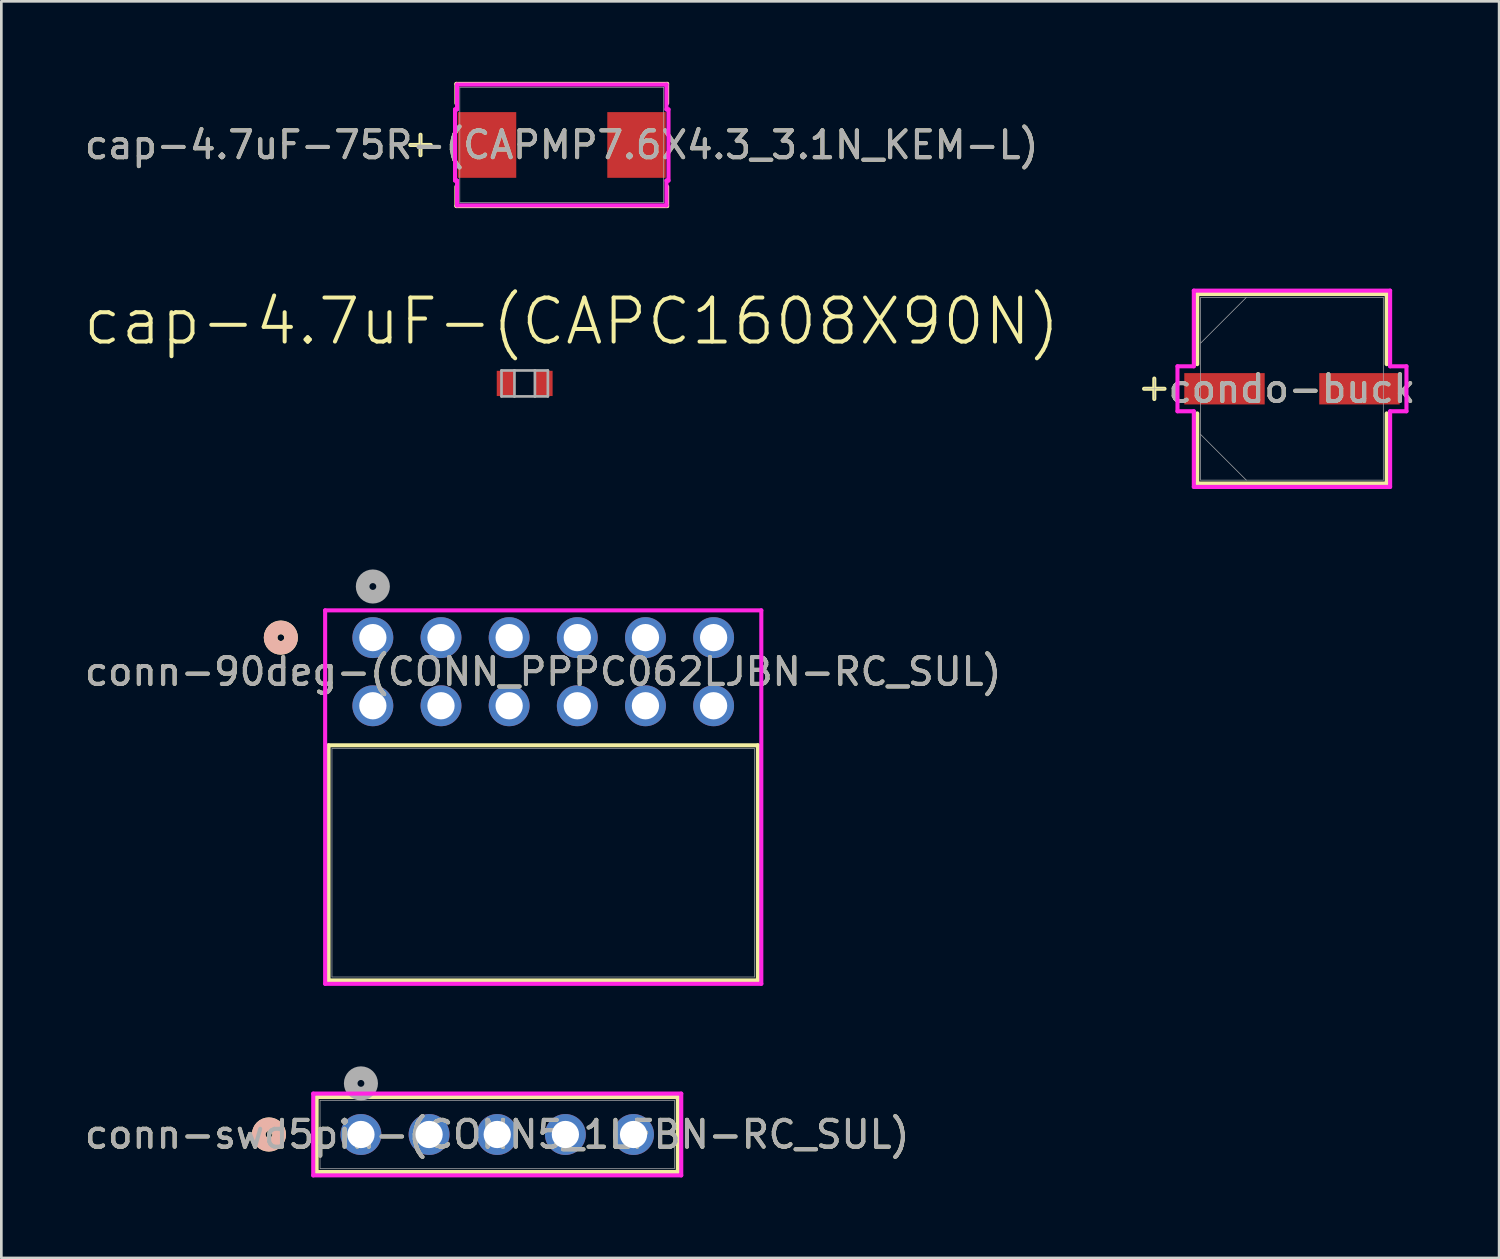
<source format=kicad_pcb>
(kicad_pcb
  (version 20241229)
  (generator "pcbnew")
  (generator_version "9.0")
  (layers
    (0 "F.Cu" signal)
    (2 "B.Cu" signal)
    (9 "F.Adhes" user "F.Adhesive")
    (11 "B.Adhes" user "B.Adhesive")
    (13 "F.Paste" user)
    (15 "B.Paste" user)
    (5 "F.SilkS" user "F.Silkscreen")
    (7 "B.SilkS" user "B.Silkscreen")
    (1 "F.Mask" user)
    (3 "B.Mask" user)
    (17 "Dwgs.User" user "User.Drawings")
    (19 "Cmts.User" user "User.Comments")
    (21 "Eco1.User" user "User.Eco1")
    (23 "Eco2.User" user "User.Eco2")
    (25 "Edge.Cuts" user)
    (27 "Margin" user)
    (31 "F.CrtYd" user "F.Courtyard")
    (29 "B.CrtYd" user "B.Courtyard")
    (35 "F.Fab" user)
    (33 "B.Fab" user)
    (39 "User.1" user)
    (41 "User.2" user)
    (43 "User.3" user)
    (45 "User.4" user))
  (footprint "cap-4.7uF-75R-(CAPMP7.6X4.3_3.1N_KEM-L)"
    (layer "F.Cu")
    (at 17.887 2.353)
    (property "Reference" "cap-4.7uF-75R-(CAPMP7.6X4.3_3.1N_KEM-L)" (at 0 0 0) (unlocked yes) (layer "F.SilkS") (effects (font (size 1 1) (thickness 0.15))))
    (attr smd)
    (fp_line (start -5.265 -0.381) (end -5.265 0.381) (stroke (width 0.152) (type solid)) (layer "F.SilkS"))
    (fp_line (start -4.884 0) (end -5.646 0) (stroke (width 0.152) (type solid)) (layer "F.SilkS"))
    (fp_line (start -3.927 -2.277) (end -3.927 -1.553) (stroke (width 0.152) (type solid)) (layer "F.SilkS"))
    (fp_line (start -3.927 1.553) (end -3.927 2.277) (stroke (width 0.152) (type solid)) (layer "F.SilkS"))
    (fp_line (start -3.927 2.277) (end 3.927 2.277) (stroke (width 0.152) (type solid)) (layer "F.SilkS"))
    (fp_line (start 3.927 -2.277) (end -3.927 -2.277) (stroke (width 0.152) (type solid)) (layer "F.SilkS"))
    (fp_line (start 3.927 -1.553) (end 3.927 -2.277) (stroke (width 0.152) (type solid)) (layer "F.SilkS"))
    (fp_line (start 3.927 2.277) (end 3.927 1.553) (stroke (width 0.152) (type solid)) (layer "F.SilkS"))
    (fp_line (start -3.978 -1.326) (end -3.902 -1.326) (stroke (width 0.152) (type solid)) (layer "F.CrtYd"))
    (fp_line (start -3.978 1.326) (end -3.978 -1.326) (stroke (width 0.152) (type solid)) (layer "F.CrtYd"))
    (fp_line (start -3.902 -2.252) (end 3.902 -2.252) (stroke (width 0.152) (type solid)) (layer "F.CrtYd"))
    (fp_line (start -3.902 -1.326) (end -3.902 -2.252) (stroke (width 0.152) (type solid)) (layer "F.CrtYd"))
    (fp_line (start -3.902 1.326) (end -3.978 1.326) (stroke (width 0.152) (type solid)) (layer "F.CrtYd"))
    (fp_line (start -3.902 2.252) (end -3.902 1.326) (stroke (width 0.152) (type solid)) (layer "F.CrtYd"))
    (fp_line (start 3.902 -2.252) (end 3.902 -1.326) (stroke (width 0.152) (type solid)) (layer "F.CrtYd"))
    (fp_line (start 3.902 -1.326) (end 3.978 -1.326) (stroke (width 0.152) (type solid)) (layer "F.CrtYd"))
    (fp_line (start 3.902 1.326) (end 3.902 2.252) (stroke (width 0.152) (type solid)) (layer "F.CrtYd"))
    (fp_line (start 3.902 2.252) (end -3.902 2.252) (stroke (width 0.152) (type solid)) (layer "F.CrtYd"))
    (fp_line (start 3.978 -1.326) (end 3.978 1.326) (stroke (width 0.152) (type solid)) (layer "F.CrtYd"))
    (fp_line (start 3.978 1.326) (end 3.902 1.326) (stroke (width 0.152) (type solid)) (layer "F.CrtYd"))
    (fp_line (start -5.265 -0.381) (end -5.265 0.381) (stroke (width 0.025) (type solid)) (layer "F.Fab"))
    (fp_line (start -4.884 0) (end -5.646 0) (stroke (width 0.025) (type solid)) (layer "F.Fab"))
    (fp_line (start -3.8 -2.15) (end -3.8 2.15) (stroke (width 0.025) (type solid)) (layer "F.Fab"))
    (fp_line (start -3.8 2.15) (end 3.8 2.15) (stroke (width 0.025) (type solid)) (layer "F.Fab"))
    (fp_line (start 3.8 -2.15) (end -3.8 -2.15) (stroke (width 0.025) (type solid)) (layer "F.Fab"))
    (fp_line (start 3.8 2.15) (end 3.8 -2.15) (stroke (width 0.025) (type solid)) (layer "F.Fab"))
    (fp_text user "${REFERENCE}" (at 0 0 0) (unlocked yes) (layer "F.Fab") (effects (font (size 1 1) (thickness 0.15))))
    (pad "1" smd rect (at -2.786 0 90) (size 2.449 2.179) (layers "F.Cu" "F.Mask" "F.Paste"))
    (pad "2" smd rect (at 2.786 0 90) (size 2.449 2.179) (layers "F.Cu" "F.Mask" "F.Paste"))
    (zone (net_name "") (layer "F.Cu") (hatch full 0.508) (connect_pads) (min_thickness 0.254) (filled_areas_thickness no) (keepout (tracks not_allowed) (vias not_allowed) (pads allowed) (copperpour not_allowed) (footprints allowed)) (placement (enabled no)) (fill) (polygon (pts (xy 14.138 0.254) (xy 21.636 0.254) (xy 21.636 1.052) (xy 14.138 1.052))))
    (zone (net_name "") (layer "F.Cu") (hatch full 0.508) (connect_pads) (min_thickness 0.254) (filled_areas_thickness no) (keepout (tracks not_allowed) (vias not_allowed) (pads allowed) (copperpour not_allowed) (footprints allowed)) (placement (enabled no)) (fill) (polygon (pts (xy 14.138 3.654) (xy 21.636 3.654) (xy 21.636 4.452) (xy 14.138 4.452))))
    (zone (net_name "") (layer "F.Cu") (hatch full 0.508) (connect_pads) (min_thickness 0.254) (filled_areas_thickness no) (keepout (tracks not_allowed) (vias not_allowed) (pads allowed) (copperpour not_allowed) (footprints allowed)) (placement (enabled no)) (fill) (polygon (pts (xy 15.941 1.052) (xy 19.833 1.052) (xy 19.833 3.654) (xy 15.941 3.654)))))
  (footprint "condo-buck"
    (layer "F.Cu")
    (at 45.102 11.44)
    (property "Reference" "condo-buck" (at 0 0 0) (unlocked yes) (layer "F.SilkS") (effects (font (size 1 1) (thickness 0.15))))
    (attr smd)
    (fp_line (start -5.131 -0.381) (end -5.131 0.381) (stroke (width 0.152) (type solid)) (layer "F.SilkS"))
    (fp_line (start -4.75 0) (end -5.512 0) (stroke (width 0.152) (type solid)) (layer "F.SilkS"))
    (fp_line (start -3.531 -3.531) (end -3.531 -0.917) (stroke (width 0.152) (type solid)) (layer "F.SilkS"))
    (fp_line (start -3.531 0.917) (end -3.531 3.531) (stroke (width 0.152) (type solid)) (layer "F.SilkS"))
    (fp_line (start -3.531 3.531) (end 3.531 3.531) (stroke (width 0.152) (type solid)) (layer "F.SilkS"))
    (fp_line (start 3.531 -3.531) (end -3.531 -3.531) (stroke (width 0.152) (type solid)) (layer "F.SilkS"))
    (fp_line (start 3.531 -0.917) (end 3.531 -3.531) (stroke (width 0.152) (type solid)) (layer "F.SilkS"))
    (fp_line (start 3.531 3.531) (end 3.531 0.917) (stroke (width 0.152) (type solid)) (layer "F.SilkS"))
    (fp_line (start -4.267 -0.838) (end -3.658 -0.838) (stroke (width 0.152) (type solid)) (layer "F.CrtYd"))
    (fp_line (start -4.267 0.838) (end -4.267 -0.838) (stroke (width 0.152) (type solid)) (layer "F.CrtYd"))
    (fp_line (start -3.658 -3.658) (end 3.658 -3.658) (stroke (width 0.152) (type solid)) (layer "F.CrtYd"))
    (fp_line (start -3.658 -0.838) (end -3.658 -3.658) (stroke (width 0.152) (type solid)) (layer "F.CrtYd"))
    (fp_line (start -3.658 0.838) (end -4.267 0.838) (stroke (width 0.152) (type solid)) (layer "F.CrtYd"))
    (fp_line (start -3.658 3.658) (end -3.658 0.838) (stroke (width 0.152) (type solid)) (layer "F.CrtYd"))
    (fp_line (start 3.658 -3.658) (end 3.658 -0.838) (stroke (width 0.152) (type solid)) (layer "F.CrtYd"))
    (fp_line (start 3.658 -0.838) (end 4.267 -0.838) (stroke (width 0.152) (type solid)) (layer "F.CrtYd"))
    (fp_line (start 3.658 0.838) (end 3.658 3.658) (stroke (width 0.152) (type solid)) (layer "F.CrtYd"))
    (fp_line (start 3.658 3.658) (end -3.658 3.658) (stroke (width 0.152) (type solid)) (layer "F.CrtYd"))
    (fp_line (start 4.267 -0.838) (end 4.267 0.838) (stroke (width 0.152) (type solid)) (layer "F.CrtYd"))
    (fp_line (start 4.267 0.838) (end 3.658 0.838) (stroke (width 0.152) (type solid)) (layer "F.CrtYd"))
    (fp_line (start -5.131 -0.381) (end -5.131 0.381) (stroke (width 0.025) (type solid)) (layer "F.Fab"))
    (fp_line (start -4.75 0) (end -5.512 0) (stroke (width 0.025) (type solid)) (layer "F.Fab"))
    (fp_line (start -3.404 -3.404) (end -3.404 3.404) (stroke (width 0.025) (type solid)) (layer "F.Fab"))
    (fp_line (start -3.404 -1.702) (end -1.702 -3.404) (stroke (width 0.025) (type solid)) (layer "F.Fab"))
    (fp_line (start -3.404 1.702) (end -1.702 3.404) (stroke (width 0.025) (type solid)) (layer "F.Fab"))
    (fp_line (start -3.404 3.404) (end 3.404 3.404) (stroke (width 0.025) (type solid)) (layer "F.Fab"))
    (fp_line (start 3.404 -3.404) (end -3.404 -3.404) (stroke (width 0.025) (type solid)) (layer "F.Fab"))
    (fp_line (start 3.404 3.404) (end 3.404 -3.404) (stroke (width 0.025) (type solid)) (layer "F.Fab"))
    (fp_text user "${REFERENCE}" (at 0 0 0) (unlocked yes) (layer "F.Fab") (effects (font (size 1 1) (thickness 0.15))))
    (pad "1" smd rect (at -2.515 0) (size 2.997 1.168) (layers "F.Cu" "F.Mask" "F.Paste"))
    (pad "2" smd rect (at 2.515 0) (size 2.997 1.168) (layers "F.Cu" "F.Mask" "F.Paste"))
    (zone (net_name "") (layer "F.Cu") (hatch full 0.508) (connect_pads) (min_thickness 0.254) (filled_areas_thickness no) (keepout (tracks not_allowed) (vias not_allowed) (pads allowed) (copperpour not_allowed) (footprints allowed)) (placement (enabled no)) (fill) (polygon (pts (xy 41.75 8.087) (xy 48.455 8.087) (xy 48.455 10.805) (xy 41.75 10.805))))
    (zone (net_name "") (layer "F.Cu") (hatch full 0.508) (connect_pads) (min_thickness 0.254) (filled_areas_thickness no) (keepout (tracks not_allowed) (vias not_allowed) (pads allowed) (copperpour not_allowed) (footprints allowed)) (placement (enabled no)) (fill) (polygon (pts (xy 41.75 12.075) (xy 48.455 12.075) (xy 48.455 14.793) (xy 41.75 14.793))))
    (zone (net_name "") (layer "F.Cu") (hatch full 0.508) (connect_pads) (min_thickness 0.254) (filled_areas_thickness no) (keepout (tracks not_allowed) (vias not_allowed) (pads allowed) (copperpour not_allowed) (footprints allowed)) (placement (enabled no)) (fill) (polygon (pts (xy 44.137 10.805) (xy 46.068 10.805) (xy 46.068 12.075) (xy 44.137 12.075)))))
  (footprint "conn-90deg-(CONN_PPPC062LJBN-RC_SUL)"
    (layer "F.Cu")
    (at 10.846 20.714)
    (property "Reference" "conn-90deg-(CONN_PPPC062LJBN-RC_SUL)" (at 6.35 1.27 0) (unlocked yes) (layer "F.SilkS") (effects (font (size 1 1) (thickness 0.15))))
    (attr through_hole)
    (fp_line (start -1.651 4.013) (end -1.651 12.776) (stroke (width 0.152) (type solid)) (layer "F.SilkS"))
    (fp_line (start -1.651 12.776) (end 14.351 12.776) (stroke (width 0.152) (type solid)) (layer "F.SilkS"))
    (fp_line (start 14.351 4.013) (end -1.651 4.013) (stroke (width 0.152) (type solid)) (layer "F.SilkS"))
    (fp_line (start 14.351 12.776) (end 14.351 4.013) (stroke (width 0.152) (type solid)) (layer "F.SilkS"))
    (fp_circle (center -3.429 0) (end -3.048 0) (stroke (width 0.508) (type solid)) (fill no) (layer "F.SilkS"))
    (fp_circle (center -3.429 0) (end -3.048 0) (stroke (width 0.508) (type solid)) (fill no) (layer "B.SilkS"))
    (fp_line (start -1.778 -1.016) (end -1.778 12.903) (stroke (width 0.152) (type solid)) (layer "F.CrtYd"))
    (fp_line (start -1.778 12.903) (end 14.478 12.903) (stroke (width 0.152) (type solid)) (layer "F.CrtYd"))
    (fp_line (start 14.478 -1.016) (end -1.778 -1.016) (stroke (width 0.152) (type solid)) (layer "F.CrtYd"))
    (fp_line (start 14.478 12.903) (end 14.478 -1.016) (stroke (width 0.152) (type solid)) (layer "F.CrtYd"))
    (fp_line (start -1.524 4.14) (end -1.524 12.649) (stroke (width 0.025) (type solid)) (layer "F.Fab"))
    (fp_line (start -1.524 12.649) (end 14.224 12.649) (stroke (width 0.025) (type solid)) (layer "F.Fab"))
    (fp_line (start 14.224 4.14) (end -1.524 4.14) (stroke (width 0.025) (type solid)) (layer "F.Fab"))
    (fp_line (start 14.224 12.649) (end 14.224 4.14) (stroke (width 0.025) (type solid)) (layer "F.Fab"))
    (fp_circle (center 0 -1.905) (end 0.381 -1.905) (stroke (width 0.508) (type solid)) (fill no) (layer "F.Fab"))
    (fp_text user "${REFERENCE}" (at 6.35 1.27 0) (unlocked yes) (layer "F.Fab") (effects (font (size 1 1) (thickness 0.15))))
    (pad "1" thru_hole circle (at 0 0) (size 1.524 1.524) (drill 1.016) (layers "*.Cu" "*.Mask"))
    (pad "2" thru_hole circle (at 2.54 0) (size 1.524 1.524) (drill 1.016) (layers "*.Cu" "*.Mask"))
    (pad "3" thru_hole circle (at 5.08 0) (size 1.524 1.524) (drill 1.016) (layers "*.Cu" "*.Mask"))
    (pad "4" thru_hole circle (at 7.62 0) (size 1.524 1.524) (drill 1.016) (layers "*.Cu" "*.Mask"))
    (pad "5" thru_hole circle (at 10.16 0) (size 1.524 1.524) (drill 1.016) (layers "*.Cu" "*.Mask"))
    (pad "6" thru_hole circle (at 12.7 0) (size 1.524 1.524) (drill 1.016) (layers "*.Cu" "*.Mask"))
    (pad "7" thru_hole circle (at 0 2.54) (size 1.524 1.524) (drill 1.016) (layers "*.Cu" "*.Mask"))
    (pad "8" thru_hole circle (at 2.54 2.54) (size 1.524 1.524) (drill 1.016) (layers "*.Cu" "*.Mask"))
    (pad "9" thru_hole circle (at 5.08 2.54) (size 1.524 1.524) (drill 1.016) (layers "*.Cu" "*.Mask"))
    (pad "10" thru_hole circle (at 7.62 2.54) (size 1.524 1.524) (drill 1.016) (layers "*.Cu" "*.Mask"))
    (pad "11" thru_hole circle (at 10.16 2.54) (size 1.524 1.524) (drill 1.016) (layers "*.Cu" "*.Mask"))
    (pad "12" thru_hole circle (at 12.7 2.54) (size 1.524 1.524) (drill 1.016) (layers "*.Cu" "*.Mask")))
  (footprint "cap-4.7uF-(CAPC1608X90N)"
    (layer "F.Cu")
    (at 16.505 11.24)
    (property "Reference" "cap-4.7uF-(CAPC1608X90N)" (at 1.753 -2.311 0) (layer "F.SilkS") (effects (font (size 1.64 1.64) (thickness 0.15))))
    (attr smd)
    (fp_line (start -0.864 -0.483) (end -0.864 0.483) (stroke (width 0.1) (type solid)) (layer "F.Fab"))
    (fp_line (start -0.864 0.483) (end -0.381 0.483) (stroke (width 0.1) (type solid)) (layer "F.Fab"))
    (fp_line (start -0.381 -0.483) (end -0.864 -0.483) (stroke (width 0.1) (type solid)) (layer "F.Fab"))
    (fp_line (start -0.381 0.483) (end -0.381 -0.483) (stroke (width 0.1) (type solid)) (layer "F.Fab"))
    (fp_line (start -0.381 0.483) (end 0.381 0.483) (stroke (width 0.1) (type solid)) (layer "F.Fab"))
    (fp_line (start 0.381 -0.483) (end -0.381 -0.483) (stroke (width 0.1) (type solid)) (layer "F.Fab"))
    (fp_line (start 0.381 -0.483) (end 0.381 0.483) (stroke (width 0.1) (type solid)) (layer "F.Fab"))
    (fp_line (start 0.381 0.483) (end 0.864 0.483) (stroke (width 0.1) (type solid)) (layer "F.Fab"))
    (fp_line (start 0.864 -0.483) (end 0.381 -0.483) (stroke (width 0.1) (type solid)) (layer "F.Fab"))
    (fp_line (start 0.864 0.483) (end 0.864 -0.483) (stroke (width 0.1) (type solid)) (layer "F.Fab"))
    (pad "1" smd rect (at -0.711 0) (size 0.66 0.94) (layers "F.Cu" "F.Mask" "F.Paste"))
    (pad "2" smd rect (at 0.711 0) (size 0.66 0.94) (layers "F.Cu" "F.Mask" "F.Paste")))
  (footprint "conn-swd5pin-(CONN5_1LFBN-RC_SUL)"
    (layer "F.Cu")
    (at 10.402 39.233)
    (property "Reference" "conn-swd5pin-(CONN5_1LFBN-RC_SUL)" (at 5.08 0 0) (unlocked yes) (layer "F.SilkS") (effects (font (size 1 1) (thickness 0.15))))
    (attr through_hole)
    (fp_line (start -1.651 -1.397) (end -1.651 1.397) (stroke (width 0.152) (type solid)) (layer "F.SilkS"))
    (fp_line (start -1.651 1.397) (end 11.811 1.397) (stroke (width 0.152) (type solid)) (layer "F.SilkS"))
    (fp_line (start 11.811 -1.397) (end -1.651 -1.397) (stroke (width 0.152) (type solid)) (layer "F.SilkS"))
    (fp_line (start 11.811 1.397) (end 11.811 -1.397) (stroke (width 0.152) (type solid)) (layer "F.SilkS"))
    (fp_circle (center -3.429 0) (end -3.048 0) (stroke (width 0.508) (type solid)) (fill no) (layer "F.SilkS"))
    (fp_circle (center -3.429 0) (end -3.048 0) (stroke (width 0.508) (type solid)) (fill no) (layer "B.SilkS"))
    (fp_line (start -1.778 -1.524) (end -1.778 1.524) (stroke (width 0.152) (type solid)) (layer "F.CrtYd"))
    (fp_line (start -1.778 1.524) (end 11.938 1.524) (stroke (width 0.152) (type solid)) (layer "F.CrtYd"))
    (fp_line (start 11.938 -1.524) (end -1.778 -1.524) (stroke (width 0.152) (type solid)) (layer "F.CrtYd"))
    (fp_line (start 11.938 1.524) (end 11.938 -1.524) (stroke (width 0.152) (type solid)) (layer "F.CrtYd"))
    (fp_line (start -1.524 -1.27) (end -1.524 1.27) (stroke (width 0.025) (type solid)) (layer "F.Fab"))
    (fp_line (start -1.524 1.27) (end 11.684 1.27) (stroke (width 0.025) (type solid)) (layer "F.Fab"))
    (fp_line (start 11.684 -1.27) (end -1.524 -1.27) (stroke (width 0.025) (type solid)) (layer "F.Fab"))
    (fp_line (start 11.684 1.27) (end 11.684 -1.27) (stroke (width 0.025) (type solid)) (layer "F.Fab"))
    (fp_circle (center 0 -1.905) (end 0.381 -1.905) (stroke (width 0.508) (type solid)) (fill no) (layer "F.Fab"))
    (fp_text user "${REFERENCE}" (at 5.08 0 0) (unlocked yes) (layer "F.Fab") (effects (font (size 1 1) (thickness 0.15))))
    (pad "1" thru_hole circle (at 0 0) (size 1.524 1.524) (drill 1.016) (layers "*.Cu" "*.Mask"))
    (pad "2" thru_hole circle (at 2.54 0) (size 1.524 1.524) (drill 1.016) (layers "*.Cu" "*.Mask"))
    (pad "3" thru_hole circle (at 5.08 0) (size 1.524 1.524) (drill 1.016) (layers "*.Cu" "*.Mask"))
    (pad "4" thru_hole circle (at 7.62 0) (size 1.524 1.524) (drill 1.016) (layers "*.Cu" "*.Mask"))
    (pad "5" thru_hole circle (at 10.16 0) (size 1.524 1.524) (drill 1.016) (layers "*.Cu" "*.Mask")))
  (gr_rect
    (start -3 -3)
    (end 52.823 43.833)
    (stroke (width 0.1) (type default))
    (fill no)
    (layer "Edge.Cuts")))
</source>
